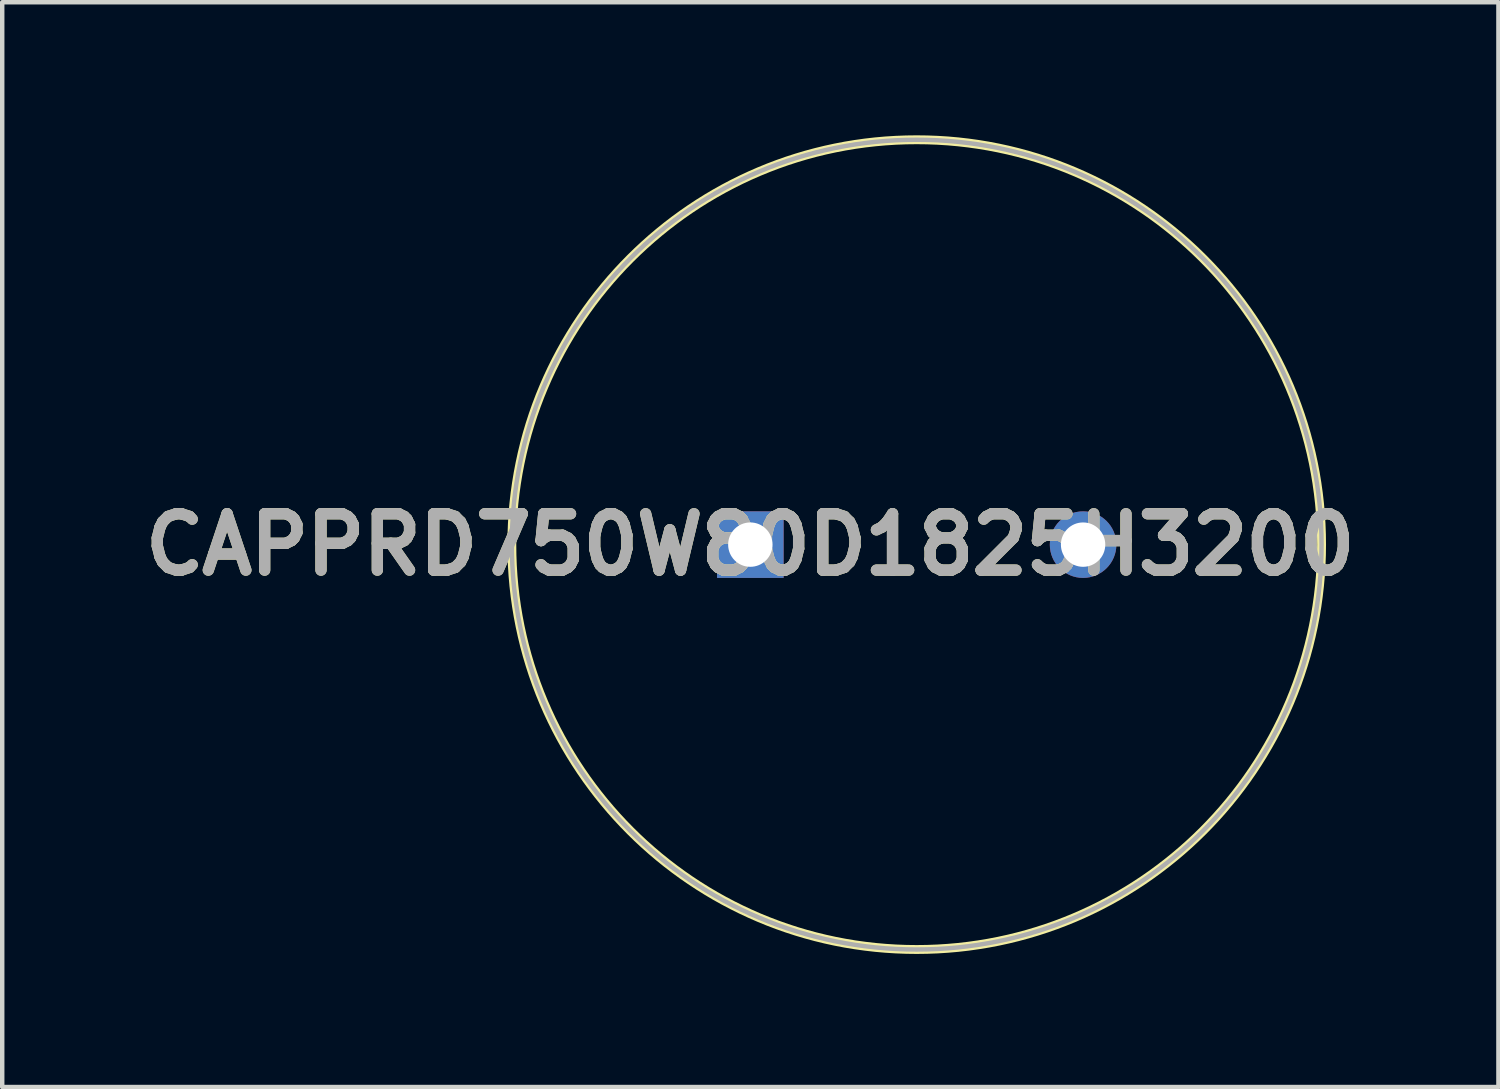
<source format=kicad_pcb>
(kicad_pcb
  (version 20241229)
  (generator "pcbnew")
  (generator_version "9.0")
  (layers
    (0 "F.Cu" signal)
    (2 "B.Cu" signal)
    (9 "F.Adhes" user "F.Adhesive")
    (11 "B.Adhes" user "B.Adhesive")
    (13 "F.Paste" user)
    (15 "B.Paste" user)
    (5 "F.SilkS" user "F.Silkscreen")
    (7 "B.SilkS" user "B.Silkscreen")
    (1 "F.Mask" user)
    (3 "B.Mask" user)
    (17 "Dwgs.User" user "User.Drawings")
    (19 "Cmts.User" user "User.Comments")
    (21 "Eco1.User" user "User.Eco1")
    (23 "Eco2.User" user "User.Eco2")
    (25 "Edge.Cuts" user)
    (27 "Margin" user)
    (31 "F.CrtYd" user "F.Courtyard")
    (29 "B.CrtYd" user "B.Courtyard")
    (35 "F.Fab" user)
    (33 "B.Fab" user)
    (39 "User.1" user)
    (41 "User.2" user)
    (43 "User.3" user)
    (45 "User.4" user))
  (footprint "CAPPRD750W80D1825H3200"
    (layer "F.Cu")
    (at 13.861 9.225)
    (property "Reference" "CAPPRD750W80D1825H3200" (at 0 0 0) (layer "F.SilkS") (effects (font (size 1.27 1.27) (thickness 0.254))))
    (attr through_hole)
    (fp_circle (center 3.75 0) (end 3.75 9.125) (stroke (width 0.2) (type solid)) (fill no) (layer "F.SilkS"))
    (fp_circle (center 3.75 0) (end 3.75 9.125) (stroke (width 0.1) (type solid)) (fill no) (layer "F.Fab"))
    (fp_text user "${REFERENCE}" (at 0 0 0) (layer "F.Fab") (effects (font (size 1.27 1.27) (thickness 0.254))))
    (pad "1" thru_hole rect (at 0 0) (size 1.5 1.5) (drill 1) (layers "*.Cu" "*.Mask"))
    (pad "2" thru_hole circle (at 7.5 0) (size 1.5 1.5) (drill 1) (layers "*.Cu" "*.Mask")))
  (gr_rect
    (start -3 -3)
    (end 30.722 21.45)
    (stroke (width 0.1) (type default))
    (fill no)
    (layer "Edge.Cuts")))
</source>
